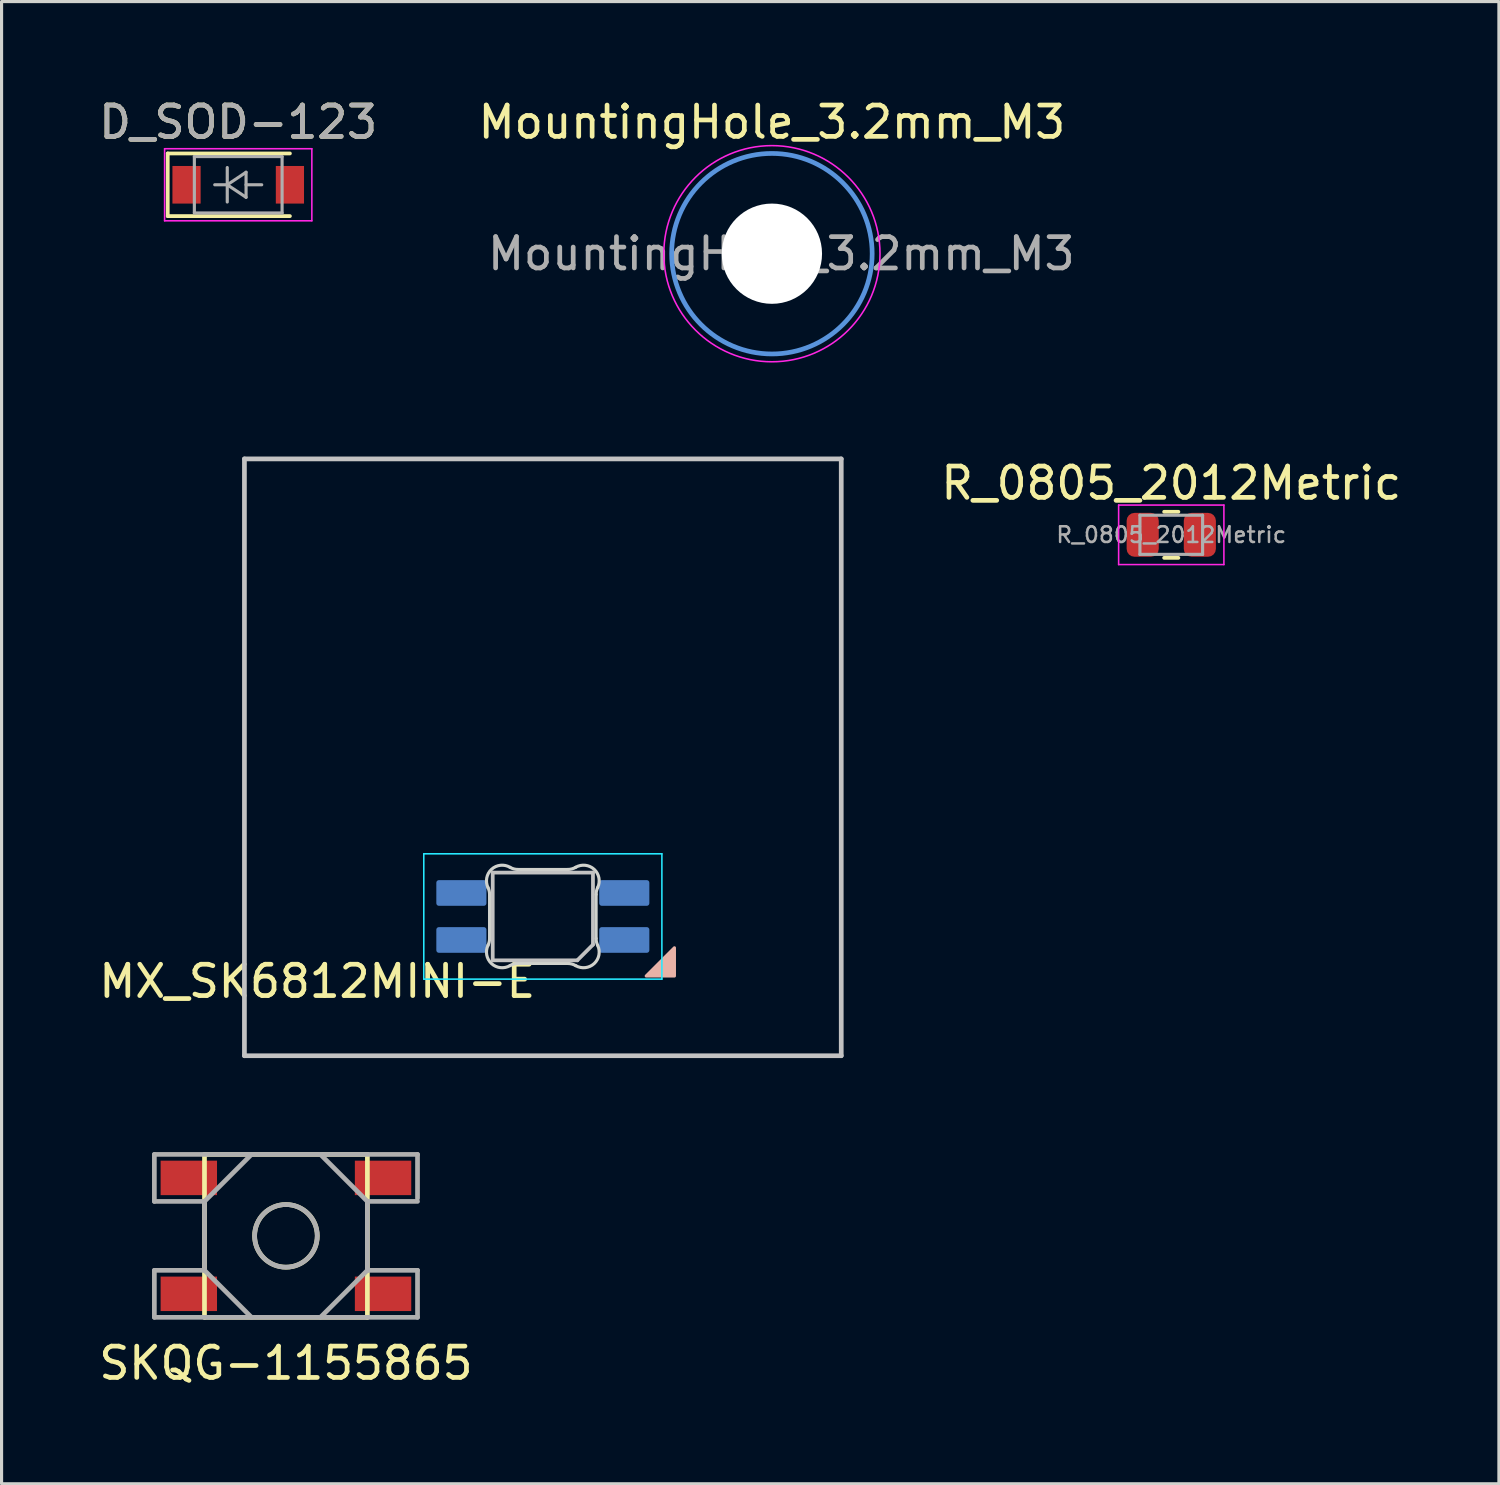
<source format=kicad_pcb>
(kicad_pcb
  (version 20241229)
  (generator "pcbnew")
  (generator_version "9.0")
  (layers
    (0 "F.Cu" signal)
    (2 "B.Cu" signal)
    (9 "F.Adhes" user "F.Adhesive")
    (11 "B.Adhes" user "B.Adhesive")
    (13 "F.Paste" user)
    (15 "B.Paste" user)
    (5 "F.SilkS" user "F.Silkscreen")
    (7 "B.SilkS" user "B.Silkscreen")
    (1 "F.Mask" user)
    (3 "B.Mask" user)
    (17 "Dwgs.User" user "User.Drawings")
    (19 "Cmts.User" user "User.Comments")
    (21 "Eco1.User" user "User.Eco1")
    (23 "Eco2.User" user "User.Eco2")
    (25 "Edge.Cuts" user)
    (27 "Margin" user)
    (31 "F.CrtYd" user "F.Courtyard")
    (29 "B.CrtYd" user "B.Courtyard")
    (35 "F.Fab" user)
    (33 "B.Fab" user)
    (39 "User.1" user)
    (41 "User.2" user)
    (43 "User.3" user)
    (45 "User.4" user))
  (footprint "MountingHole_3.2mm_M3"
    (layer "F.Cu")
    (at 21.589 5.048)
    (property "Reference" "MountingHole_3.2mm_M3" (at 0 -4.2 0) (layer "F.SilkS") (effects (font (size 1 1) (thickness 0.15))))
    (attr exclude_from_pos_files exclude_from_bom)
    (fp_circle (center 0 0) (end 3.2 0) (stroke (width 0.15) (type solid)) (fill no) (layer "Cmts.User"))
    (fp_circle (center 0 0) (end 3.45 0) (stroke (width 0.05) (type solid)) (fill no) (layer "F.CrtYd"))
    (fp_text user "${REFERENCE}" (at 0.3 0 0) (layer "F.Fab") (effects (font (size 1 1) (thickness 0.15))))
    (pad "" np_thru_hole circle (at 0 0) (size 3.2 3.2) (drill 3.2) (layers "*.Cu" "*.Mask")))
  (footprint "R_0805_2012Metric"
    (layer "F.Cu")
    (at 34.336 14.021)
    (property "Reference" "R_0805_2012Metric" (at 0 -1.65 0) (layer "F.SilkS") (effects (font (size 1 1) (thickness 0.15))))
    (attr smd)
    (fp_line (start -0.227 -0.735) (end 0.227 -0.735) (stroke (width 0.12) (type solid)) (layer "F.SilkS"))
    (fp_line (start -0.227 0.735) (end 0.227 0.735) (stroke (width 0.12) (type solid)) (layer "F.SilkS"))
    (fp_line (start -1.68 -0.95) (end 1.68 -0.95) (stroke (width 0.05) (type solid)) (layer "F.CrtYd"))
    (fp_line (start -1.68 0.95) (end -1.68 -0.95) (stroke (width 0.05) (type solid)) (layer "F.CrtYd"))
    (fp_line (start 1.68 -0.95) (end 1.68 0.95) (stroke (width 0.05) (type solid)) (layer "F.CrtYd"))
    (fp_line (start 1.68 0.95) (end -1.68 0.95) (stroke (width 0.05) (type solid)) (layer "F.CrtYd"))
    (fp_line (start -1 -0.625) (end 1 -0.625) (stroke (width 0.1) (type solid)) (layer "F.Fab"))
    (fp_line (start -1 0.625) (end -1 -0.625) (stroke (width 0.1) (type solid)) (layer "F.Fab"))
    (fp_line (start 1 -0.625) (end 1 0.625) (stroke (width 0.1) (type solid)) (layer "F.Fab"))
    (fp_line (start 1 0.625) (end -1 0.625) (stroke (width 0.1) (type solid)) (layer "F.Fab"))
    (fp_text user "${REFERENCE}" (at 0 0 0) (layer "F.Fab") (effects (font (size 0.5 0.5) (thickness 0.08))))
    (pad "1" smd roundrect (at -0.912 0 180) (size 1.025 1.4) (layers "F.Cu" "F.Mask" "F.Paste") (roundrect_rratio 0.244))
    (pad "2" smd roundrect (at 0.912 0 180) (size 1.025 1.4) (layers "F.Cu" "F.Mask" "F.Paste") (roundrect_rratio 0.244)))
  (footprint "D_SOD-123"
    (layer "F.Cu")
    (at 4.554 2.848)
    (property "Reference" "D_SOD-123" (at 0 -2 0) (layer "F.SilkS") (effects (font (size 1 1) (thickness 0.15))))
    (attr smd)
    (fp_line (start -2.25 -1) (end -2.25 1) (stroke (width 0.12) (type solid)) (layer "F.SilkS"))
    (fp_line (start -2.25 -1) (end 1.65 -1) (stroke (width 0.12) (type solid)) (layer "F.SilkS"))
    (fp_line (start -2.25 1) (end 1.65 1) (stroke (width 0.12) (type solid)) (layer "F.SilkS"))
    (fp_line (start -2.35 -1.15) (end -2.35 1.15) (stroke (width 0.05) (type solid)) (layer "F.CrtYd"))
    (fp_line (start -2.35 -1.15) (end 2.35 -1.15) (stroke (width 0.05) (type solid)) (layer "F.CrtYd"))
    (fp_line (start 2.35 -1.15) (end 2.35 1.15) (stroke (width 0.05) (type solid)) (layer "F.CrtYd"))
    (fp_line (start 2.35 1.15) (end -2.35 1.15) (stroke (width 0.05) (type solid)) (layer "F.CrtYd"))
    (fp_line (start -1.4 -0.9) (end 1.4 -0.9) (stroke (width 0.1) (type solid)) (layer "F.Fab"))
    (fp_line (start -1.4 0.9) (end -1.4 -0.9) (stroke (width 0.1) (type solid)) (layer "F.Fab"))
    (fp_line (start -0.75 0) (end -0.35 0) (stroke (width 0.1) (type solid)) (layer "F.Fab"))
    (fp_line (start -0.35 0) (end -0.35 -0.55) (stroke (width 0.1) (type solid)) (layer "F.Fab"))
    (fp_line (start -0.35 0) (end -0.35 0.55) (stroke (width 0.1) (type solid)) (layer "F.Fab"))
    (fp_line (start -0.35 0) (end 0.25 -0.4) (stroke (width 0.1) (type solid)) (layer "F.Fab"))
    (fp_line (start 0.25 -0.4) (end 0.25 0.4) (stroke (width 0.1) (type solid)) (layer "F.Fab"))
    (fp_line (start 0.25 0) (end 0.75 0) (stroke (width 0.1) (type solid)) (layer "F.Fab"))
    (fp_line (start 0.25 0.4) (end -0.35 0) (stroke (width 0.1) (type solid)) (layer "F.Fab"))
    (fp_line (start 1.4 -0.9) (end 1.4 0.9) (stroke (width 0.1) (type solid)) (layer "F.Fab"))
    (fp_line (start 1.4 0.9) (end -1.4 0.9) (stroke (width 0.1) (type solid)) (layer "F.Fab"))
    (fp_text user "${REFERENCE}" (at 0 -2 0) (layer "F.Fab") (effects (font (size 1 1) (thickness 0.15))))
    (pad "1" smd rect (at -1.65 0 180) (size 0.9 1.2) (layers "F.Cu" "F.Mask" "F.Paste"))
    (pad "2" smd rect (at 1.65 0 180) (size 0.9 1.2) (layers "F.Cu" "F.Mask" "F.Paste")))
  (footprint "MX_SK6812MINI-E"
    (layer "F.Cu")
    (at 14.277 21.123)
    (property "Reference" "MX_SK6812MINI-E" (at -7.2 7.15 0) (layer "F.SilkS") (effects (font (size 1 1) (thickness 0.15))))
    (attr through_hole)
    (fp_poly (pts (xy 4.2 6.08) (xy 3.3 6.98) (xy 4.2 6.98)) (stroke (width 0.1) (type solid)) (fill yes) (layer "B.SilkS"))
    (fp_line (start -9.525 -9.525) (end 9.525 -9.525) (stroke (width 0.15) (type solid)) (layer "Dwgs.User"))
    (fp_line (start -9.525 9.525) (end -9.525 -9.525) (stroke (width 0.15) (type solid)) (layer "Dwgs.User"))
    (fp_line (start -1.6 3.68) (end -1.6 6.48) (stroke (width 0.12) (type solid)) (layer "Dwgs.User"))
    (fp_line (start -1.6 6.48) (end 1.1 6.48) (stroke (width 0.12) (type solid)) (layer "Dwgs.User"))
    (fp_line (start 1.6 3.68) (end -1.6 3.68) (stroke (width 0.12) (type solid)) (layer "Dwgs.User"))
    (fp_line (start 1.6 5.98) (end 1.1 6.48) (stroke (width 0.12) (type solid)) (layer "Dwgs.User"))
    (fp_line (start 1.6 5.98) (end 1.6 3.68) (stroke (width 0.12) (type solid)) (layer "Dwgs.User"))
    (fp_line (start 9.525 -9.525) (end 9.525 9.525) (stroke (width 0.15) (type solid)) (layer "Dwgs.User"))
    (fp_line (start 9.525 9.525) (end -9.525 9.525) (stroke (width 0.15) (type solid)) (layer "Dwgs.User"))
    (fp_line (start -1.7 5.783) (end -1.7 4.377) (stroke (width 0.1) (type solid)) (layer "Edge.Cuts"))
    (fp_line (start -0.794 3.58) (end 0.794 3.58) (stroke (width 0.1) (type solid)) (layer "Edge.Cuts"))
    (fp_line (start 0.794 6.58) (end -0.794 6.58) (stroke (width 0.1) (type solid)) (layer "Edge.Cuts"))
    (fp_line (start 1.7 4.377) (end 1.7 5.783) (stroke (width 0.1) (type solid)) (layer "Edge.Cuts"))
    (fp_arc (start -1.749484 4.160279) (mid -1.712527 4.265931) (end -1.699999 4.377157) (stroke (width 0.1) (type solid)) (layer "Edge.Cuts"))
    (fp_arc (start -1.749484 4.160279) (mid -1.638071 3.575964) (end -1.046711 3.5117) (stroke (width 0.1) (type solid)) (layer "Edge.Cuts"))
    (fp_arc (start -1.699999 5.782842) (mid -1.712528 5.894067) (end -1.749484 5.999719) (stroke (width 0.1) (type solid)) (layer "Edge.Cuts"))
    (fp_arc (start -1.046711 6.648296) (mid -1.63807 6.584033) (end -1.749484 5.999719) (stroke (width 0.1) (type solid)) (layer "Edge.Cuts"))
    (fp_arc (start -1.04671 6.648298) (mid -0.925122 6.597376) (end -0.794452 6.579999) (stroke (width 0.1) (type solid)) (layer "Edge.Cuts"))
    (fp_arc (start -0.794453 3.579999) (mid -0.925123 3.562622) (end -1.046711 3.5117) (stroke (width 0.1) (type solid)) (layer "Edge.Cuts"))
    (fp_arc (start 0.794452 6.579999) (mid 0.925123 6.597376) (end 1.046711 6.648298) (stroke (width 0.1) (type solid)) (layer "Edge.Cuts"))
    (fp_arc (start 1.046711 3.511701) (mid 0.925123 3.562623) (end 0.794453 3.58) (stroke (width 0.1) (type solid)) (layer "Edge.Cuts"))
    (fp_arc (start 1.046711 3.511701) (mid 1.638071 3.575965) (end 1.749484 4.160279) (stroke (width 0.1) (type solid)) (layer "Edge.Cuts"))
    (fp_arc (start 1.699999 4.377156) (mid 1.71251 4.265927) (end 1.749484 4.160279) (stroke (width 0.1) (type solid)) (layer "Edge.Cuts"))
    (fp_arc (start 1.749484 5.999718) (mid 1.638073 6.584037) (end 1.046711 6.648298) (stroke (width 0.1) (type solid)) (layer "Edge.Cuts"))
    (fp_arc (start 1.749484 5.999719) (mid 1.712527 5.894067) (end 1.699999 5.782841) (stroke (width 0.1) (type solid)) (layer "Edge.Cuts"))
    (fp_line (start -3.8 3.08) (end -3.8 7.08) (stroke (width 0.05) (type solid)) (layer "B.CrtYd"))
    (fp_line (start -3.8 7.08) (end 3.8 7.08) (stroke (width 0.05) (type solid)) (layer "B.CrtYd"))
    (fp_line (start 3.8 3.08) (end -3.8 3.08) (stroke (width 0.05) (type solid)) (layer "B.CrtYd"))
    (fp_line (start 3.8 7.08) (end 3.8 3.08) (stroke (width 0.05) (type solid)) (layer "B.CrtYd"))
    (pad "1" smd roundrect (at -2.6 4.33 90) (size 0.82 1.6) (layers "B.Cu" "B.Mask" "B.Paste") (roundrect_rratio 0.1))
    (pad "2" smd roundrect (at -2.6 5.83 90) (size 0.82 1.6) (layers "B.Cu" "B.Mask" "B.Paste") (roundrect_rratio 0.1))
    (pad "3" smd roundrect (at 2.6 5.83 90) (size 0.82 1.6) (layers "B.Cu" "B.Mask" "B.Paste") (roundrect_rratio 0.1))
    (pad "4" smd roundrect (at 2.6 4.33 90) (size 0.82 1.6) (layers "B.Cu" "B.Mask" "B.Paste") (roundrect_rratio 0.1)))
  (footprint "SKQG-1155865"
    (layer "F.Cu")
    (at 6.077 36.398)
    (property "Reference" "SKQG-1155865" (at 0 4.064 0) (layer "F.SilkS") (effects (font (size 1 1) (thickness 0.15))))
    (attr smd)
    (fp_line (start -2.6 -2.6) (end 2.6 -2.6) (stroke (width 0.15) (type solid)) (layer "F.SilkS"))
    (fp_line (start -2.6 2.6) (end -2.6 -2.6) (stroke (width 0.15) (type solid)) (layer "F.SilkS"))
    (fp_line (start 2.6 -2.6) (end 2.6 2.6) (stroke (width 0.15) (type solid)) (layer "F.SilkS"))
    (fp_line (start 2.6 2.6) (end -2.6 2.6) (stroke (width 0.15) (type solid)) (layer "F.SilkS"))
    (fp_circle (center 0 0) (end 1 0) (stroke (width 0.15) (type solid)) (fill no) (layer "F.SilkS"))
    (fp_line (start -4.2 -2.6) (end 4.2 -2.6) (stroke (width 0.15) (type solid)) (layer "F.Fab"))
    (fp_line (start -4.2 -1.1) (end -4.2 -2.6) (stroke (width 0.15) (type solid)) (layer "F.Fab"))
    (fp_line (start -4.2 1.1) (end -2.6 1.1) (stroke (width 0.15) (type solid)) (layer "F.Fab"))
    (fp_line (start -4.2 2.6) (end -4.2 1.1) (stroke (width 0.15) (type solid)) (layer "F.Fab"))
    (fp_line (start -2.6 -1.1) (end -4.2 -1.1) (stroke (width 0.15) (type solid)) (layer "F.Fab"))
    (fp_line (start -2.6 -1.1) (end -1.1 -2.6) (stroke (width 0.15) (type solid)) (layer "F.Fab"))
    (fp_line (start -2.6 1.1) (end -2.6 -1.1) (stroke (width 0.15) (type solid)) (layer "F.Fab"))
    (fp_line (start -2.6 1.1) (end -1.1 2.6) (stroke (width 0.15) (type solid)) (layer "F.Fab"))
    (fp_line (start 2.6 -1.1) (end 1.1 -2.6) (stroke (width 0.15) (type solid)) (layer "F.Fab"))
    (fp_line (start 2.6 -1.1) (end 2.6 1.1) (stroke (width 0.15) (type solid)) (layer "F.Fab"))
    (fp_line (start 2.6 1.1) (end 1.1 2.6) (stroke (width 0.15) (type solid)) (layer "F.Fab"))
    (fp_line (start 2.6 1.1) (end 4.2 1.1) (stroke (width 0.15) (type solid)) (layer "F.Fab"))
    (fp_line (start 4.2 -2.6) (end 4.2 -1.2) (stroke (width 0.15) (type solid)) (layer "F.Fab"))
    (fp_line (start 4.2 -1.1) (end 2.6 -1.1) (stroke (width 0.15) (type solid)) (layer "F.Fab"))
    (fp_line (start 4.2 1.1) (end 4.2 2.6) (stroke (width 0.15) (type solid)) (layer "F.Fab"))
    (fp_line (start 4.2 2.6) (end -4.2 2.6) (stroke (width 0.15) (type solid)) (layer "F.Fab"))
    (fp_circle (center 0 0) (end 1 0) (stroke (width 0.15) (type solid)) (fill no) (layer "F.Fab"))
    (pad "1" smd rect (at 3.1 1.85 180) (size 1.8 1.1) (layers "F.Cu" "F.Mask" "F.Paste"))
    (pad "2" smd rect (at -3.1 -1.85 180) (size 1.8 1.1) (layers "F.Cu" "F.Mask" "F.Paste"))
    (pad "3" smd rect (at 3.1 -1.85 180) (size 1.8 1.1) (layers "F.Cu" "F.Mask" "F.Paste"))
    (pad "4" smd rect (at -3.1 1.85 180) (size 1.8 1.1) (layers "F.Cu" "F.Mask" "F.Paste")))
  (gr_rect
    (start -3 -3)
    (end 44.794 44.31)
    (stroke (width 0.1) (type default))
    (fill no)
    (layer "Edge.Cuts")))
</source>
